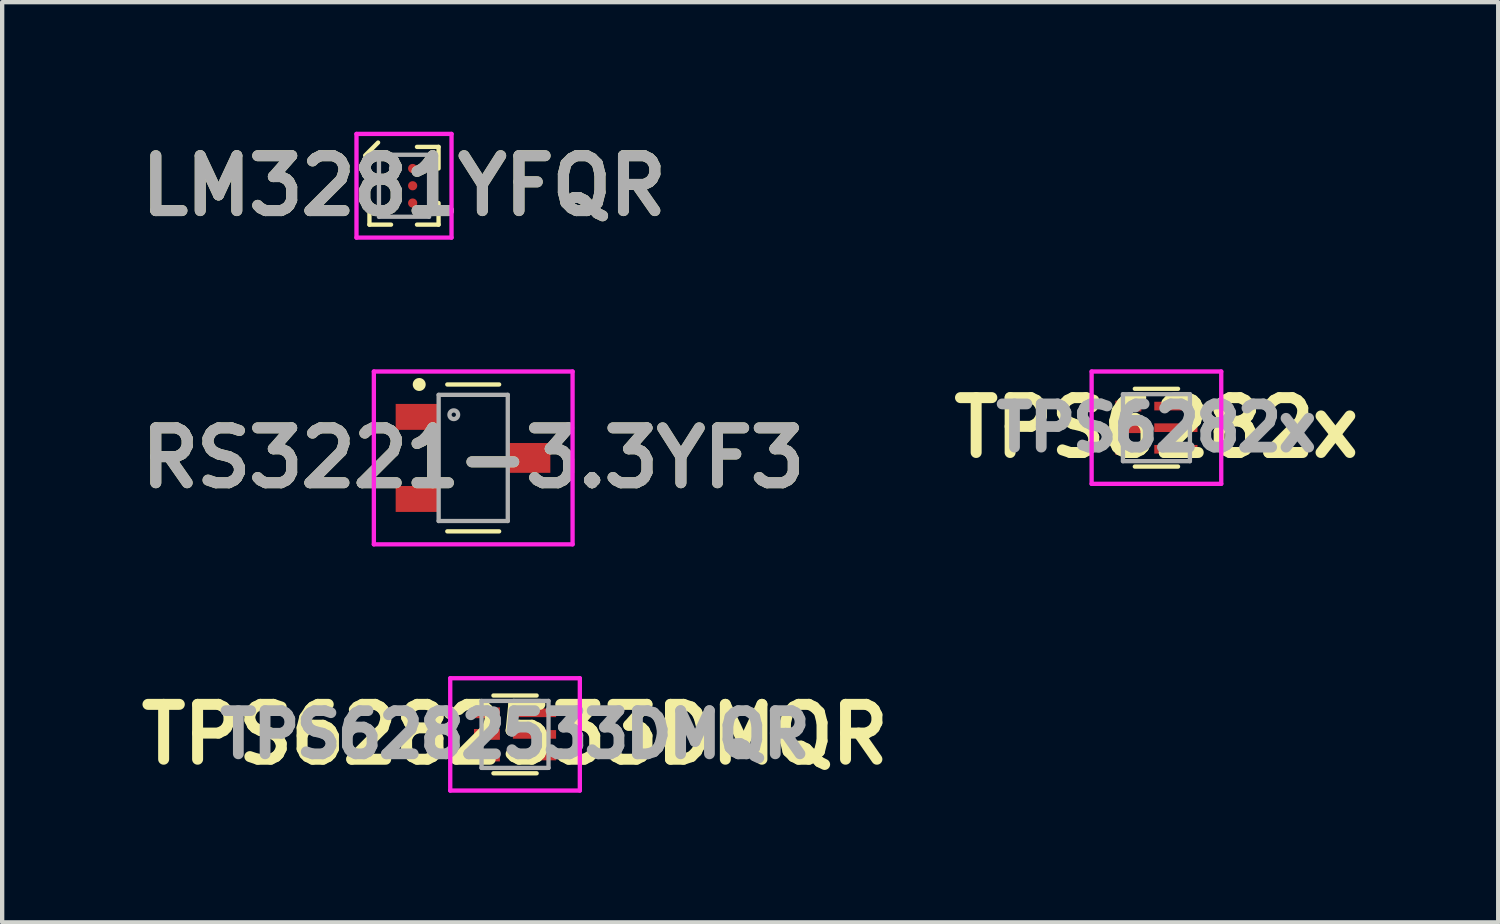
<source format=kicad_pcb>
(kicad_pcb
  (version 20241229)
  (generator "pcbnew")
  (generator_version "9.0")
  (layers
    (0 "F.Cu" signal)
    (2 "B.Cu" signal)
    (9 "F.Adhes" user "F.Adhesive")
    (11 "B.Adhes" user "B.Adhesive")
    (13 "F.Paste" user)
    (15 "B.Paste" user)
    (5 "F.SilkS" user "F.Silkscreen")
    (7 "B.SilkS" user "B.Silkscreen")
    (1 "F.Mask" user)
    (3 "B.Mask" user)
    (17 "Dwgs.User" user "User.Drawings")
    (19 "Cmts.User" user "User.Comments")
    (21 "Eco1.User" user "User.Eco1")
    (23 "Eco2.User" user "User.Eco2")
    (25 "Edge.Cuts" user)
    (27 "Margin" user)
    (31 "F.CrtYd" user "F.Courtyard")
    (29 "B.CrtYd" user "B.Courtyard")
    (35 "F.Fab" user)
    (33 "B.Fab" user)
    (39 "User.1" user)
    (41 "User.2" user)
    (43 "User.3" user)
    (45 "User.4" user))
  (footprint "TPS6282x"
    (layer "F.Cu")
    (at 23.719 6.85)
    (property "Reference" "TPS6282x" (at 0 0 0) (unlocked yes) (layer "F.SilkS") (effects (font (size 1.27 1.27) (thickness 0.254))))
    (attr smd)
    (fp_line (start -0.5 -0.9) (end 0.5 -0.9) (stroke (width 0.1) (type default)) (layer "F.SilkS"))
    (fp_line (start -0.5 0.9) (end 0.5 0.9) (stroke (width 0.1) (type default)) (layer "F.SilkS"))
    (fp_circle (center -1.5 -0.5) (end -1.4 -0.5) (stroke (width 0.1) (type default)) (fill yes) (layer "F.SilkS"))
    (fp_line (start -1.5 -1.3) (end 1.5 -1.3) (stroke (width 0.1) (type default)) (layer "F.CrtYd"))
    (fp_line (start -1.5 1.3) (end -1.5 -1.3) (stroke (width 0.1) (type default)) (layer "F.CrtYd"))
    (fp_line (start -1.5 1.3) (end 1.5 1.3) (stroke (width 0.1) (type default)) (layer "F.CrtYd"))
    (fp_line (start 1.5 1.3) (end 1.5 -1.3) (stroke (width 0.1) (type default)) (layer "F.CrtYd"))
    (fp_line (start -0.775 -0.775) (end 0.775 -0.775) (stroke (width 0.1) (type solid)) (layer "F.Fab"))
    (fp_line (start -0.775 0.775) (end -0.775 -0.775) (stroke (width 0.1) (type solid)) (layer "F.Fab"))
    (fp_line (start -0.775 0.775) (end 0.775 0.775) (stroke (width 0.1) (type solid)) (layer "F.Fab"))
    (fp_line (start 0.775 0.775) (end 0.775 -0.775) (stroke (width 0.1) (type solid)) (layer "F.Fab"))
    (fp_circle (center -0.5 -0.5) (end -0.4 -0.5) (stroke (width 0.1) (type default)) (fill no) (layer "F.Fab"))
    (fp_text user "${REFERENCE}" (at 0 0 0) (unlocked yes) (layer "F.Fab") (effects (font (size 1 1) (thickness 0.254))))
    (pad "1" smd rect (at -0.65 -0.5) (size 0.6 0.25) (layers "F.Cu" "F.Mask" "F.Paste"))
    (pad "2" smd rect (at -0.65 0) (size 0.6 0.25) (layers "F.Cu" "F.Mask" "F.Paste"))
    (pad "3" smd rect (at -0.65 0.5) (size 0.6 0.25) (layers "F.Cu" "F.Mask" "F.Paste"))
    (pad "4" smd rect (at 0.45 0.5) (size 1 0.2) (layers "F.Cu" "F.Mask" "F.Paste"))
    (pad "5" smd rect (at 0.45 0) (size 1 0.2) (layers "F.Cu" "F.Mask" "F.Paste"))
    (pad "6" smd rect (at 0.45 -0.5) (size 1 0.2) (layers "F.Cu" "F.Mask" "F.Paste")))
  (footprint "TPS6282533DMQR"
    (layer "F.Cu")
    (at 8.872 13.95)
    (property "Reference" "TPS6282533DMQR" (at 0 0 0) (unlocked yes) (layer "F.SilkS") (effects (font (size 1.27 1.27) (thickness 0.254))))
    (attr smd)
    (fp_line (start -0.5 -0.9) (end 0.5 -0.9) (stroke (width 0.1) (type default)) (layer "F.SilkS"))
    (fp_line (start -0.5 0.9) (end 0.5 0.9) (stroke (width 0.1) (type default)) (layer "F.SilkS"))
    (fp_circle (center -1.5 -0.5) (end -1.4 -0.5) (stroke (width 0.1) (type default)) (fill yes) (layer "F.SilkS"))
    (fp_line (start -1.5 -1.3) (end 1.5 -1.3) (stroke (width 0.1) (type default)) (layer "F.CrtYd"))
    (fp_line (start -1.5 1.3) (end -1.5 -1.3) (stroke (width 0.1) (type default)) (layer "F.CrtYd"))
    (fp_line (start -1.5 1.3) (end 1.5 1.3) (stroke (width 0.1) (type default)) (layer "F.CrtYd"))
    (fp_line (start 1.5 1.3) (end 1.5 -1.3) (stroke (width 0.1) (type default)) (layer "F.CrtYd"))
    (fp_line (start -0.775 -0.775) (end 0.775 -0.775) (stroke (width 0.1) (type solid)) (layer "F.Fab"))
    (fp_line (start -0.775 0.775) (end -0.775 -0.775) (stroke (width 0.1) (type solid)) (layer "F.Fab"))
    (fp_line (start -0.775 0.775) (end 0.775 0.775) (stroke (width 0.1) (type solid)) (layer "F.Fab"))
    (fp_line (start 0.775 0.775) (end 0.775 -0.775) (stroke (width 0.1) (type solid)) (layer "F.Fab"))
    (fp_circle (center -0.5 -0.5) (end -0.4 -0.5) (stroke (width 0.1) (type default)) (fill no) (layer "F.Fab"))
    (fp_text user "${REFERENCE}" (at 0 0 0) (unlocked yes) (layer "F.Fab") (effects (font (size 1 1) (thickness 0.254))))
    (pad "1" smd rect (at -0.65 -0.5) (size 0.6 0.25) (layers "F.Cu" "F.Mask" "F.Paste"))
    (pad "2" smd rect (at -0.65 0) (size 0.6 0.25) (layers "F.Cu" "F.Mask" "F.Paste"))
    (pad "3" smd rect (at -0.65 0.5) (size 0.6 0.25) (layers "F.Cu" "F.Mask" "F.Paste"))
    (pad "4" smd rect (at 0.45 0.5) (size 1 0.2) (layers "F.Cu" "F.Mask" "F.Paste"))
    (pad "5" smd rect (at 0.45 0) (size 1 0.2) (layers "F.Cu" "F.Mask" "F.Paste"))
    (pad "6" smd rect (at 0.45 -0.5) (size 1 0.2) (layers "F.Cu" "F.Mask" "F.Paste")))
  (footprint "RS3221-3.3YF3"
    (layer "F.Cu")
    (at 7.904 7.55)
    (property "Reference" "RS3221-3.3YF3" (at 0 0 0) (layer "F.SilkS") (effects (font (size 1.27 1.27) (thickness 0.254))))
    (attr smd)
    (fp_line (start -0.6 -1.7) (end 0.6 -1.7) (stroke (width 0.1) (type default)) (layer "F.SilkS"))
    (fp_line (start -0.6 1.7) (end 0.6 1.7) (stroke (width 0.1) (type default)) (layer "F.SilkS"))
    (fp_circle (center -1.25 -1.7) (end -1.15 -1.7) (stroke (width 0.1) (type default)) (fill yes) (layer "F.SilkS"))
    (fp_line (start -2.3 -2) (end 2.3 -2) (stroke (width 0.1) (type solid)) (layer "F.CrtYd"))
    (fp_line (start -2.3 2) (end -2.3 -2) (stroke (width 0.1) (type solid)) (layer "F.CrtYd"))
    (fp_line (start 2.3 -2) (end 2.3 2) (stroke (width 0.1) (type solid)) (layer "F.CrtYd"))
    (fp_line (start 2.3 2) (end -2.3 2) (stroke (width 0.1) (type solid)) (layer "F.CrtYd"))
    (fp_line (start -0.8 -1.46) (end 0.8 -1.46) (stroke (width 0.1) (type solid)) (layer "F.Fab"))
    (fp_line (start -0.8 1.46) (end -0.8 -1.46) (stroke (width 0.1) (type solid)) (layer "F.Fab"))
    (fp_line (start 0.8 -1.46) (end 0.8 1.46) (stroke (width 0.1) (type solid)) (layer "F.Fab"))
    (fp_line (start 0.8 1.46) (end -0.8 1.46) (stroke (width 0.1) (type solid)) (layer "F.Fab"))
    (fp_circle (center -0.45 -1) (end -0.35 -1) (stroke (width 0.1) (type default)) (fill no) (layer "F.Fab"))
    (fp_text user "${REFERENCE}" (at 0 0 0) (layer "F.Fab") (effects (font (size 1.27 1.27) (thickness 0.254))))
    (pad "1" smd rect (at -1.3 -0.95 90) (size 0.6 0.99) (layers "F.Cu" "F.Mask" "F.Paste"))
    (pad "2" smd rect (at -1.3 0.95 90) (size 0.6 0.99) (layers "F.Cu" "F.Mask" "F.Paste"))
    (pad "3" smd rect (at 1.29 0 90) (size 0.69 0.99) (layers "F.Cu" "F.Mask" "F.Paste")))
  (footprint "LM3281YFQR"
    (layer "F.Cu")
    (at 6.302 1.25)
    (property "Reference" "LM3281YFQR" (at 0 0 0) (layer "F.SilkS") (effects (font (size 1.27 1.27) (thickness 0.254))))
    (attr smd)
    (fp_line (start -0.8 0.9) (end -0.8 0.4) (stroke (width 0.1) (type default)) (layer "F.SilkS"))
    (fp_line (start -0.6 -1) (end -0.9 -0.7) (stroke (width 0.1) (type default)) (layer "F.SilkS"))
    (fp_line (start -0.3 0.9) (end -0.8 0.9) (stroke (width 0.1) (type default)) (layer "F.SilkS"))
    (fp_line (start 0.3 -0.9) (end 0.8 -0.9) (stroke (width 0.1) (type default)) (layer "F.SilkS"))
    (fp_line (start 0.8 -0.9) (end 0.8 -0.4) (stroke (width 0.1) (type default)) (layer "F.SilkS"))
    (fp_line (start 0.8 0.4) (end 0.8 0.9) (stroke (width 0.1) (type default)) (layer "F.SilkS"))
    (fp_line (start 0.8 0.9) (end 0.3 0.9) (stroke (width 0.1) (type default)) (layer "F.SilkS"))
    (fp_line (start -1.1 -1.2) (end 1.1 -1.2) (stroke (width 0.1) (type solid)) (layer "F.CrtYd"))
    (fp_line (start -1.1 1.2) (end -1.1 -1.2) (stroke (width 0.1) (type solid)) (layer "F.CrtYd"))
    (fp_line (start 1.1 -1.2) (end 1.1 1.2) (stroke (width 0.1) (type solid)) (layer "F.CrtYd"))
    (fp_line (start 1.1 1.2) (end -1.1 1.2) (stroke (width 0.1) (type solid)) (layer "F.CrtYd"))
    (fp_line (start -0.58 -0.718) (end 0.58 -0.718) (stroke (width 0.1) (type solid)) (layer "F.Fab"))
    (fp_line (start -0.58 0.717) (end -0.58 -0.718) (stroke (width 0.1) (type solid)) (layer "F.Fab"))
    (fp_line (start 0.58 -0.718) (end 0.58 0.717) (stroke (width 0.1) (type solid)) (layer "F.Fab"))
    (fp_line (start 0.58 0.717) (end -0.58 0.717) (stroke (width 0.1) (type solid)) (layer "F.Fab"))
    (fp_circle (center -0.2 -0.4) (end -0.1 -0.4) (stroke (width 0.1) (type default)) (fill no) (layer "F.Fab"))
    (fp_text user "${REFERENCE}" (at 0 0 0) (layer "F.Fab") (effects (font (size 1.27 1.27) (thickness 0.254))))
    (pad "A1" smd circle (at -0.2 -0.4 90) (size 0.212 0.212) (layers "F.Cu" "F.Mask" "F.Paste"))
    (pad "A2" smd circle (at 0.2 -0.4 90) (size 0.212 0.212) (layers "F.Cu" "F.Mask" "F.Paste"))
    (pad "B1" smd circle (at -0.2 0 90) (size 0.212 0.212) (layers "F.Cu" "F.Mask" "F.Paste"))
    (pad "B2" smd circle (at 0.2 0 90) (size 0.212 0.212) (layers "F.Cu" "F.Mask" "F.Paste"))
    (pad "C1" smd circle (at -0.2 0.4 90) (size 0.212 0.212) (layers "F.Cu" "F.Mask" "F.Paste"))
    (pad "C2" smd circle (at 0.2 0.4 90) (size 0.212 0.212) (layers "F.Cu" "F.Mask" "F.Paste")))
  (gr_rect
    (start -3 -3)
    (end 31.63 18.3)
    (stroke (width 0.1) (type default))
    (fill no)
    (layer "Edge.Cuts")))
</source>
